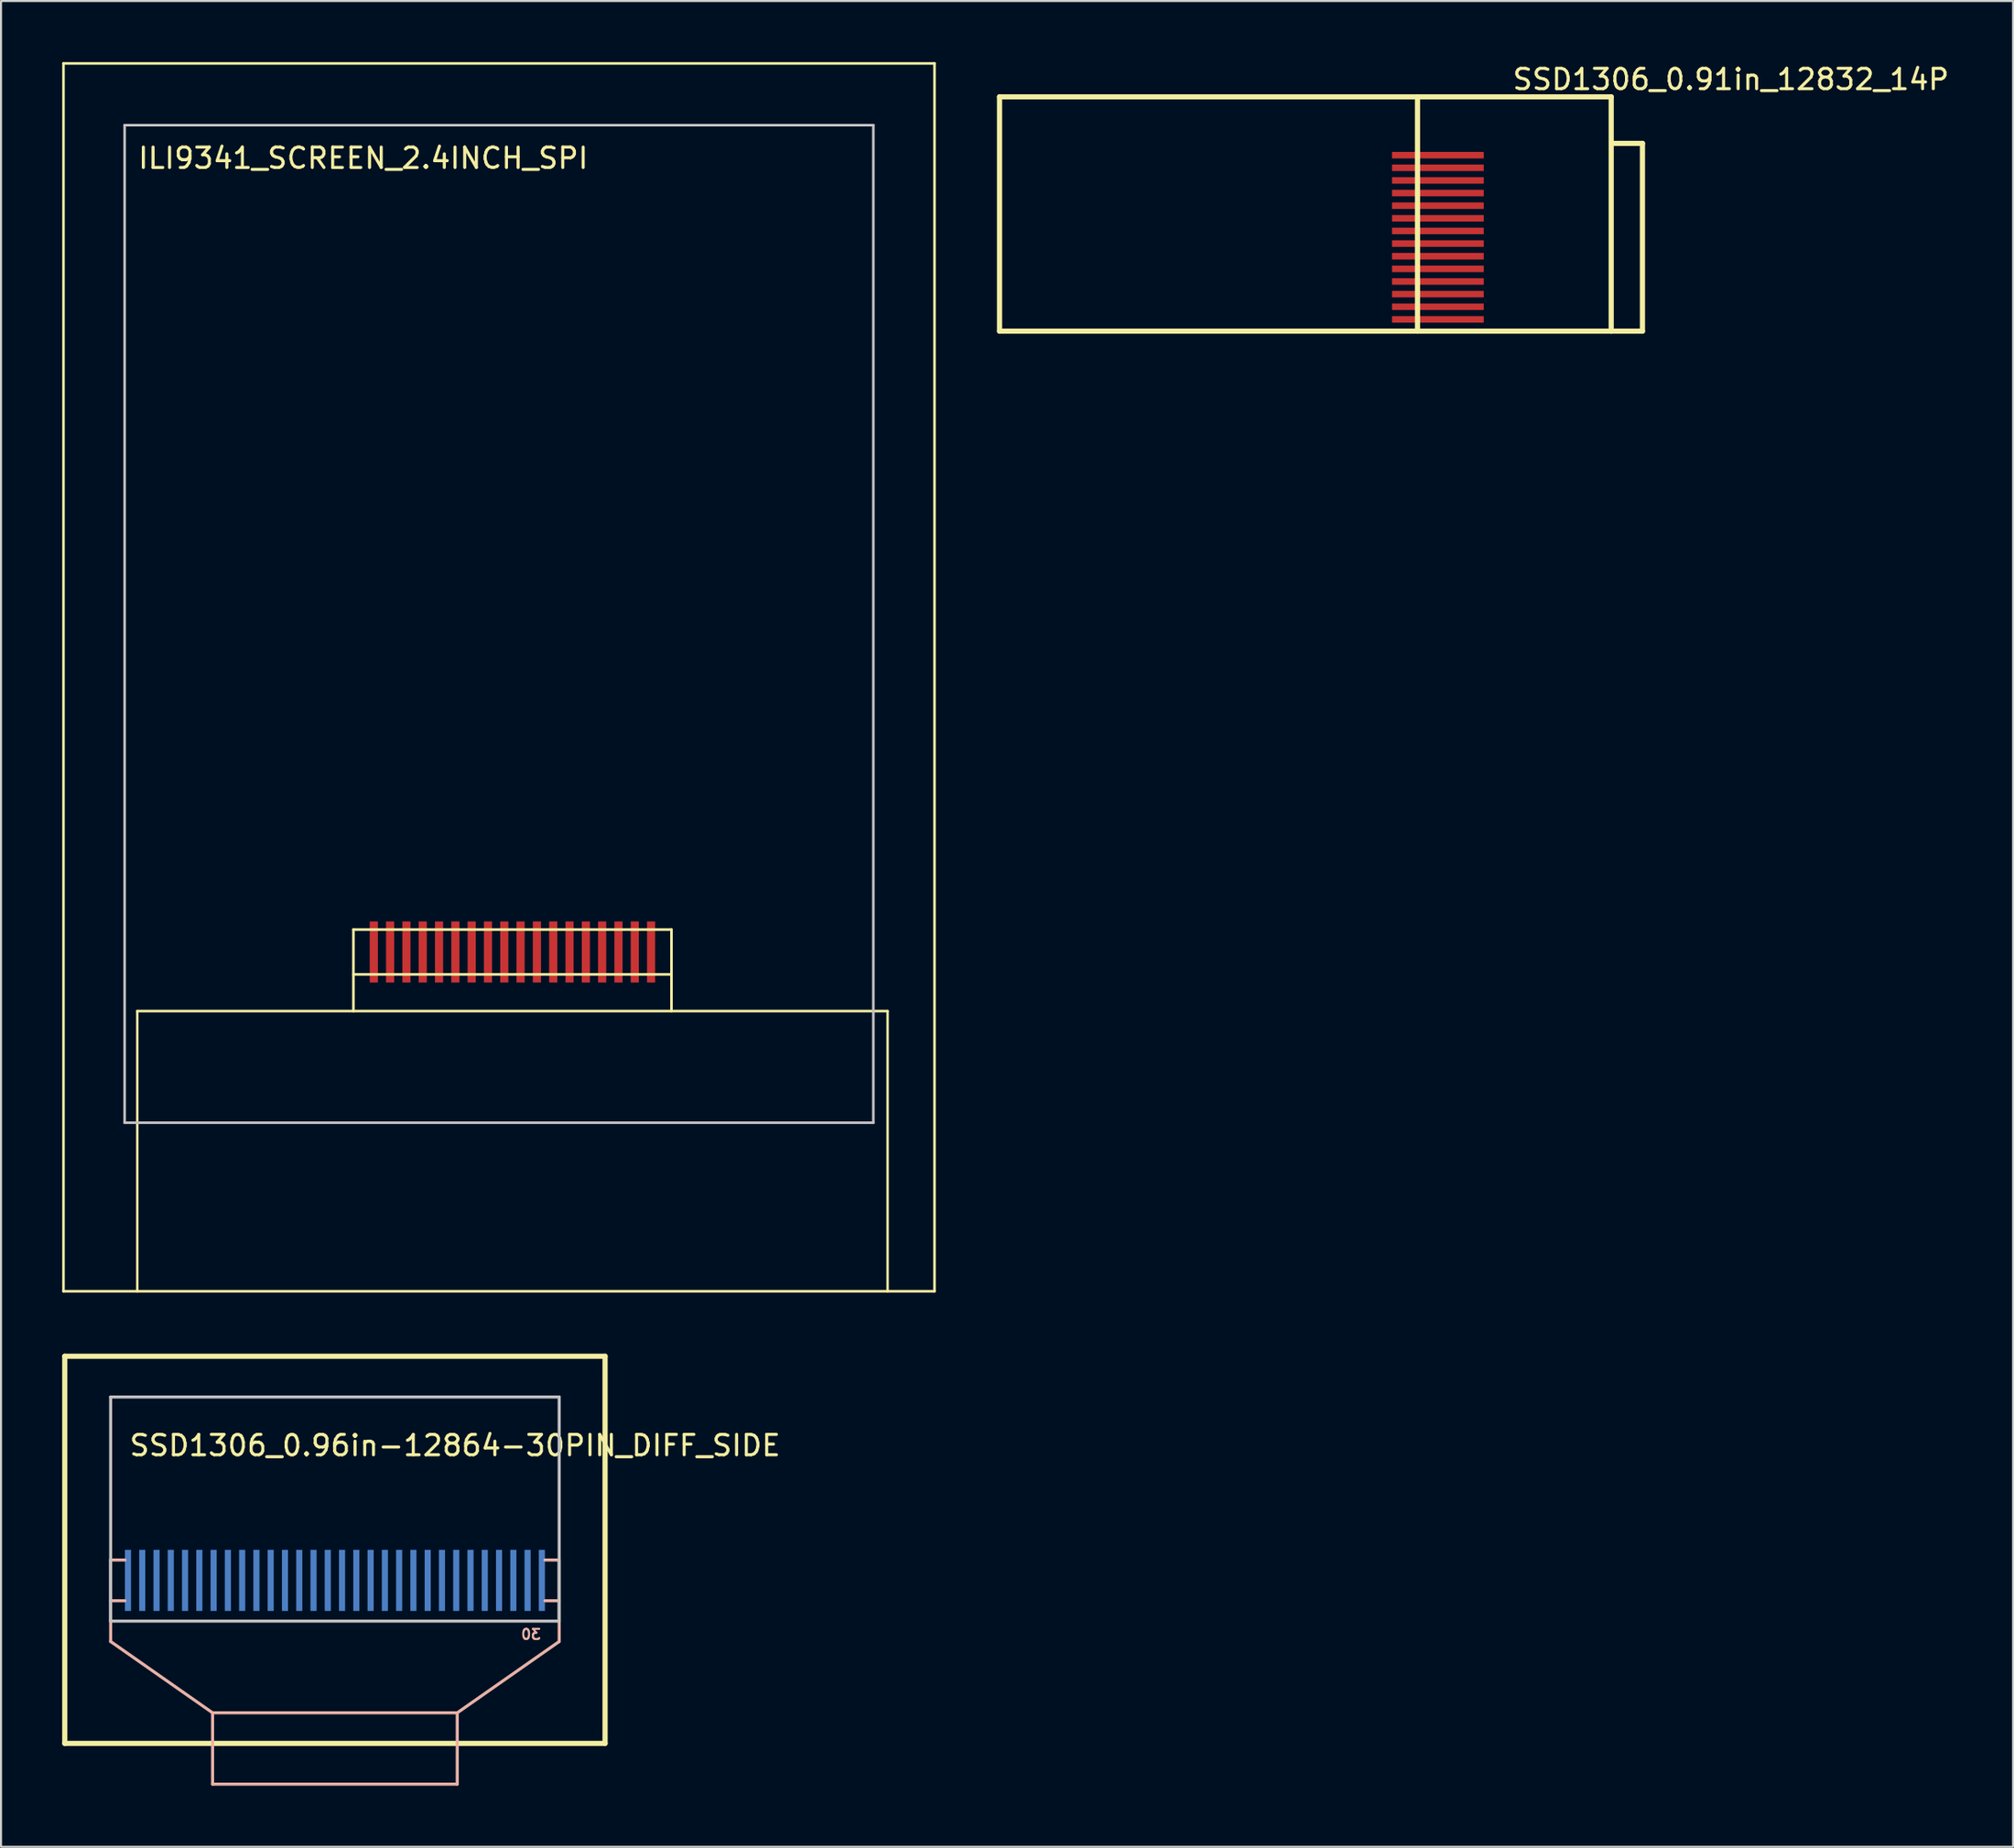
<source format=kicad_pcb>
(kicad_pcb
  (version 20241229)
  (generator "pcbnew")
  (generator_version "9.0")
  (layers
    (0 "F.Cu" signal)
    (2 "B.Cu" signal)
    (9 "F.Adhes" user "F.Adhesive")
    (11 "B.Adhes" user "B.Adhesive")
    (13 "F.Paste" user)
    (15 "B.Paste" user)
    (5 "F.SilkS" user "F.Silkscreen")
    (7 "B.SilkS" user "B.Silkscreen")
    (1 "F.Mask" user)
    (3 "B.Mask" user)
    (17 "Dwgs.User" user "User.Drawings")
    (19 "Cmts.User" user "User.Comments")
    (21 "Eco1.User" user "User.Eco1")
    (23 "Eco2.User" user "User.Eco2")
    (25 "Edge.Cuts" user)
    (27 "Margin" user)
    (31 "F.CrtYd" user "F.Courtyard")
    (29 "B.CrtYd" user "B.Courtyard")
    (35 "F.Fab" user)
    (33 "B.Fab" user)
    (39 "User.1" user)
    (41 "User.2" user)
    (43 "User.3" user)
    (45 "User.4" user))
  (footprint "SSD1306_0.96in-12864-30PIN_DIFF_SIDE"
    (layer "F.Cu")
    (at 13.377 75.514)
    (property "Reference" "SSD1306_0.96in-12864-30PIN_DIFF_SIDE" (at -10.16 -7.62 0) (layer "F.SilkS") (effects (font (size 1 1) (thickness 0.15)) (justify left)))
    (attr through_hole)
    (fp_line (start -13.25 -12) (end -13.25 7) (stroke (width 0.254) (type solid)) (layer "F.SilkS"))
    (fp_line (start -13.25 -12) (end 13.25 -12) (stroke (width 0.254) (type solid)) (layer "F.SilkS"))
    (fp_line (start -13.25 7) (end 13.25 7) (stroke (width 0.254) (type solid)) (layer "F.SilkS"))
    (fp_line (start 13.25 -12) (end 13.25 7) (stroke (width 0.254) (type solid)) (layer "F.SilkS"))
    (fp_line (start -11 -2) (end -10.3 -2) (stroke (width 0.15) (type solid)) (layer "B.SilkS"))
    (fp_line (start -11 0) (end -10.3 0) (stroke (width 0.15) (type solid)) (layer "B.SilkS"))
    (fp_line (start -11 2) (end -11 -2) (stroke (width 0.15) (type solid)) (layer "B.SilkS"))
    (fp_line (start -11 2) (end -6 5.5) (stroke (width 0.15) (type solid)) (layer "B.SilkS"))
    (fp_line (start -6 5.5) (end -6 9) (stroke (width 0.15) (type solid)) (layer "B.SilkS"))
    (fp_line (start -6 5.5) (end 6 5.5) (stroke (width 0.15) (type solid)) (layer "B.SilkS"))
    (fp_line (start -6 9) (end 6 9) (stroke (width 0.15) (type solid)) (layer "B.SilkS"))
    (fp_line (start 6 5.5) (end 6 9) (stroke (width 0.15) (type solid)) (layer "B.SilkS"))
    (fp_line (start 11 -2) (end 10.3 -2) (stroke (width 0.15) (type solid)) (layer "B.SilkS"))
    (fp_line (start 11 0) (end 10.3 0) (stroke (width 0.15) (type solid)) (layer "B.SilkS"))
    (fp_line (start 11 2) (end 6 5.5) (stroke (width 0.15) (type solid)) (layer "B.SilkS"))
    (fp_line (start 11 2) (end 11 -2) (stroke (width 0.15) (type solid)) (layer "B.SilkS"))
    (fp_line (start -11 -10) (end 11 -10) (stroke (width 0.15) (type solid)) (layer "Dwgs.User"))
    (fp_line (start -11 1) (end -11 -10) (stroke (width 0.15) (type solid)) (layer "Dwgs.User"))
    (fp_line (start 11 -10) (end 11 1) (stroke (width 0.15) (type solid)) (layer "Dwgs.User"))
    (fp_line (start 11 1) (end -11 1) (stroke (width 0.15) (type solid)) (layer "Dwgs.User"))
    (fp_text user "30" (at 10.16 1.651 180) (layer "B.SilkS") (effects (font (size 0.5 0.5) (thickness 0.1)) (justify left mirror)))
    (pad "1" smd rect (at -10.15 -1 270) (size 3 0.3) (layers "B.Cu" "B.Mask" "B.Paste"))
    (pad "2" smd rect (at -9.45 -1 270) (size 3 0.3) (layers "B.Cu" "B.Mask" "B.Paste"))
    (pad "3" smd rect (at -8.75 -1 270) (size 3 0.3) (layers "B.Cu" "B.Mask" "B.Paste"))
    (pad "4" smd rect (at -8.05 -1 270) (size 3 0.3) (layers "B.Cu" "B.Mask" "B.Paste"))
    (pad "5" smd rect (at -7.35 -1 270) (size 3 0.3) (layers "B.Cu" "B.Mask" "B.Paste"))
    (pad "6" smd rect (at -6.65 -1 270) (size 3 0.3) (layers "B.Cu" "B.Mask" "B.Paste"))
    (pad "7" smd rect (at -5.95 -1 270) (size 3 0.3) (layers "B.Cu" "B.Mask" "B.Paste"))
    (pad "8" smd rect (at -5.25 -1 270) (size 3 0.3) (layers "B.Cu" "B.Mask" "B.Paste"))
    (pad "9" smd rect (at -4.55 -1 270) (size 3 0.3) (layers "B.Cu" "B.Mask" "B.Paste"))
    (pad "10" smd rect (at -3.85 -1 270) (size 3 0.3) (layers "B.Cu" "B.Mask" "B.Paste"))
    (pad "11" smd rect (at -3.15 -1 270) (size 3 0.3) (layers "B.Cu" "B.Mask" "B.Paste"))
    (pad "12" smd rect (at -2.45 -1 270) (size 3 0.3) (layers "B.Cu" "B.Mask" "B.Paste"))
    (pad "13" smd rect (at -1.75 -1 270) (size 3 0.3) (layers "B.Cu" "B.Mask" "B.Paste"))
    (pad "14" smd rect (at -1.05 -1 270) (size 3 0.3) (layers "B.Cu" "B.Mask" "B.Paste"))
    (pad "15" smd rect (at -0.35 -1 270) (size 3 0.3) (layers "B.Cu" "B.Mask" "B.Paste"))
    (pad "16" smd rect (at 0.35 -1 270) (size 3 0.3) (layers "B.Cu" "B.Mask" "B.Paste"))
    (pad "17" smd rect (at 1.05 -1 270) (size 3 0.3) (layers "B.Cu" "B.Mask" "B.Paste"))
    (pad "18" smd rect (at 1.75 -1 270) (size 3 0.3) (layers "B.Cu" "B.Mask" "B.Paste"))
    (pad "19" smd rect (at 2.45 -1 270) (size 3 0.3) (layers "B.Cu" "B.Mask" "B.Paste"))
    (pad "20" smd rect (at 3.15 -1 270) (size 3 0.3) (layers "B.Cu" "B.Mask" "B.Paste"))
    (pad "21" smd rect (at 3.85 -1 270) (size 3 0.3) (layers "B.Cu" "B.Mask" "B.Paste"))
    (pad "22" smd rect (at 4.55 -1 270) (size 3 0.3) (layers "B.Cu" "B.Mask" "B.Paste"))
    (pad "23" smd rect (at 5.25 -1 270) (size 3 0.3) (layers "B.Cu" "B.Mask" "B.Paste"))
    (pad "24" smd rect (at 5.95 -1 270) (size 3 0.3) (layers "B.Cu" "B.Mask" "B.Paste"))
    (pad "25" smd rect (at 6.65 -1 270) (size 3 0.3) (layers "B.Cu" "B.Mask" "B.Paste"))
    (pad "26" smd rect (at 7.35 -1 270) (size 3 0.3) (layers "B.Cu" "B.Mask" "B.Paste"))
    (pad "27" smd rect (at 8.05 -1 270) (size 3 0.3) (layers "B.Cu" "B.Mask" "B.Paste"))
    (pad "28" smd rect (at 8.75 -1 270) (size 3 0.3) (layers "B.Cu" "B.Mask" "B.Paste"))
    (pad "29" smd rect (at 9.45 -1 270) (size 3 0.3) (layers "B.Cu" "B.Mask" "B.Paste"))
    (pad "30" smd rect (at 10.15 -1 270) (size 3 0.3) (layers "B.Cu" "B.Mask" "B.Paste")))
  (footprint "SSD1306_0.91in_12832_14P"
    (layer "F.Cu")
    (at 65.974 8.595)
    (property "Reference" "SSD1306_0.91in_12832_14P" (at 5.08 -7.747 180) (layer "F.SilkS") (effects (font (size 1 1) (thickness 0.15)) (justify left)))
    (attr through_hole)
    (fp_line (start -20 -6.892) (end 10 -6.892) (stroke (width 0.254) (type solid)) (layer "F.SilkS"))
    (fp_line (start -20 4.608) (end -20 -6.892) (stroke (width 0.254) (type solid)) (layer "F.SilkS"))
    (fp_line (start 0.5 -6.892) (end 0.5 4.608) (stroke (width 0.254) (type solid)) (layer "F.SilkS"))
    (fp_line (start 10 -6.892) (end 10 4.608) (stroke (width 0.254) (type solid)) (layer "F.SilkS"))
    (fp_line (start 10 4.608) (end -20 4.608) (stroke (width 0.254) (type solid)) (layer "F.SilkS"))
    (fp_line (start 10 4.608) (end 11.533 4.608) (stroke (width 0.254) (type solid)) (layer "F.SilkS"))
    (fp_line (start 10.033 -4.608) (end 11.533 -4.608) (stroke (width 0.254) (type solid)) (layer "F.SilkS"))
    (fp_line (start 11.533 -4.608) (end 11.533 4.608) (stroke (width 0.254) (type solid)) (layer "F.SilkS"))
    (pad "1" smd rect (at 1.5 4.03) (size 4.5 0.32) (layers "F.Cu" "F.Mask" "F.Paste"))
    (pad "2" smd rect (at 1.5 3.41) (size 4.5 0.32) (layers "F.Cu" "F.Mask" "F.Paste"))
    (pad "3" smd rect (at 1.5 2.79) (size 4.5 0.32) (layers "F.Cu" "F.Mask" "F.Paste"))
    (pad "4" smd rect (at 1.5 2.17) (size 4.5 0.32) (layers "F.Cu" "F.Mask" "F.Paste"))
    (pad "5" smd rect (at 1.5 1.55) (size 4.5 0.32) (layers "F.Cu" "F.Mask" "F.Paste"))
    (pad "6" smd rect (at 1.5 0.93) (size 4.5 0.32) (layers "F.Cu" "F.Mask" "F.Paste"))
    (pad "7" smd rect (at 1.5 0.31) (size 4.5 0.32) (layers "F.Cu" "F.Mask" "F.Paste"))
    (pad "8" smd rect (at 1.5 -0.31) (size 4.5 0.32) (layers "F.Cu" "F.Mask" "F.Paste"))
    (pad "9" smd rect (at 1.5 -0.93) (size 4.5 0.32) (layers "F.Cu" "F.Mask" "F.Paste"))
    (pad "10" smd rect (at 1.5 -1.55) (size 4.5 0.32) (layers "F.Cu" "F.Mask" "F.Paste"))
    (pad "11" smd rect (at 1.5 -2.17) (size 4.5 0.32) (layers "F.Cu" "F.Mask" "F.Paste"))
    (pad "12" smd rect (at 1.5 -2.79) (size 4.5 0.32) (layers "F.Cu" "F.Mask" "F.Paste"))
    (pad "13" smd rect (at 1.5 -3.41) (size 4.5 0.32) (layers "F.Cu" "F.Mask" "F.Paste"))
    (pad "14" smd rect (at 1.5 -4.03) (size 4.5 0.32) (layers "F.Cu" "F.Mask" "F.Paste")))
  (footprint "ILI9341_SCREEN_2.4INCH_SPI"
    (layer "F.Cu")
    (at 21.424 27.573)
    (property "Reference" "ILI9341_SCREEN_2.4INCH_SPI" (at -17.78 -22.86 0) (unlocked yes) (layer "F.SilkS") (effects (font (size 1 1) (thickness 0.15)) (justify left)))
    (attr smd)
    (fp_line (start -21.36 -27.51) (end 21.36 -27.51) (stroke (width 0.127) (type solid)) (layer "F.SilkS"))
    (fp_line (start -21.36 32.75) (end -21.36 -27.51) (stroke (width 0.127) (type solid)) (layer "F.SilkS"))
    (fp_line (start -21.36 32.75) (end 21.36 32.75) (stroke (width 0.127) (type solid)) (layer "F.SilkS"))
    (fp_line (start -17.74 19) (end -17.74 32.75) (stroke (width 0.12) (type solid)) (layer "F.SilkS"))
    (fp_line (start -17.74 19) (end 19.06 19) (stroke (width 0.127) (type solid)) (layer "F.SilkS"))
    (fp_line (start -7.14 15) (end -7.14 19) (stroke (width 0.127) (type solid)) (layer "F.SilkS"))
    (fp_line (start -7.14 15) (end 8.46 15) (stroke (width 0.127) (type solid)) (layer "F.SilkS"))
    (fp_line (start -7.14 17.2) (end 8.46 17.2) (stroke (width 0.127) (type solid)) (layer "F.SilkS"))
    (fp_line (start 8.46 15) (end 8.46 19) (stroke (width 0.127) (type solid)) (layer "F.SilkS"))
    (fp_line (start 19.06 19) (end 19.06 32.75) (stroke (width 0.12) (type solid)) (layer "F.SilkS"))
    (fp_line (start 21.36 32.75) (end 21.36 -27.51) (stroke (width 0.127) (type solid)) (layer "F.SilkS"))
    (fp_line (start -18.36 -24.48) (end 18.36 -24.48) (stroke (width 0.127) (type solid)) (layer "Dwgs.User"))
    (fp_line (start -18.36 24.48) (end -18.36 -24.48) (stroke (width 0.127) (type solid)) (layer "Dwgs.User"))
    (fp_line (start -18.36 24.48) (end 18.36 24.48) (stroke (width 0.127) (type solid)) (layer "Dwgs.User"))
    (fp_line (start 18.36 24.48) (end 18.36 -24.48) (stroke (width 0.127) (type solid)) (layer "Dwgs.User"))
    (pad "1" smd rect (at -6.14 16.1 180) (size 0.4 3) (layers "F.Cu" "F.Mask" "F.Paste"))
    (pad "2" smd rect (at -5.34 16.1 180) (size 0.4 3) (layers "F.Cu" "F.Mask" "F.Paste"))
    (pad "3" smd rect (at -4.54 16.1 180) (size 0.4 3) (layers "F.Cu" "F.Mask" "F.Paste"))
    (pad "4" smd rect (at -3.74 16.1 180) (size 0.4 3) (layers "F.Cu" "F.Mask" "F.Paste"))
    (pad "5" smd rect (at -2.94 16.1 180) (size 0.4 3) (layers "F.Cu" "F.Mask" "F.Paste"))
    (pad "6" smd rect (at -2.14 16.1 180) (size 0.4 3) (layers "F.Cu" "F.Mask" "F.Paste"))
    (pad "7" smd rect (at -1.34 16.1 180) (size 0.4 3) (layers "F.Cu" "F.Mask" "F.Paste"))
    (pad "8" smd rect (at -0.54 16.1 180) (size 0.4 3) (layers "F.Cu" "F.Mask" "F.Paste"))
    (pad "9" smd rect (at 0.26 16.1 180) (size 0.4 3) (layers "F.Cu" "F.Mask" "F.Paste"))
    (pad "10" smd rect (at 1.06 16.1 180) (size 0.4 3) (layers "F.Cu" "F.Mask" "F.Paste"))
    (pad "11" smd rect (at 1.86 16.1 180) (size 0.4 3) (layers "F.Cu" "F.Mask" "F.Paste"))
    (pad "12" smd rect (at 2.66 16.1 180) (size 0.4 3) (layers "F.Cu" "F.Mask" "F.Paste"))
    (pad "13" smd rect (at 3.46 16.1 180) (size 0.4 3) (layers "F.Cu" "F.Mask" "F.Paste"))
    (pad "14" smd rect (at 4.26 16.1 180) (size 0.4 3) (layers "F.Cu" "F.Mask" "F.Paste"))
    (pad "15" smd rect (at 5.06 16.1 180) (size 0.4 3) (layers "F.Cu" "F.Mask" "F.Paste"))
    (pad "16" smd rect (at 5.86 16.1 180) (size 0.4 3) (layers "F.Cu" "F.Mask" "F.Paste"))
    (pad "17" smd rect (at 6.66 16.1 180) (size 0.4 3) (layers "F.Cu" "F.Mask" "F.Paste"))
    (pad "18" smd rect (at 7.46 16.1 180) (size 0.4 3) (layers "F.Cu" "F.Mask" "F.Paste")))
  (gr_rect
    (start -3 -3)
    (end 95.685 87.589)
    (stroke (width 0.1) (type default))
    (fill no)
    (layer "Edge.Cuts")))
</source>
